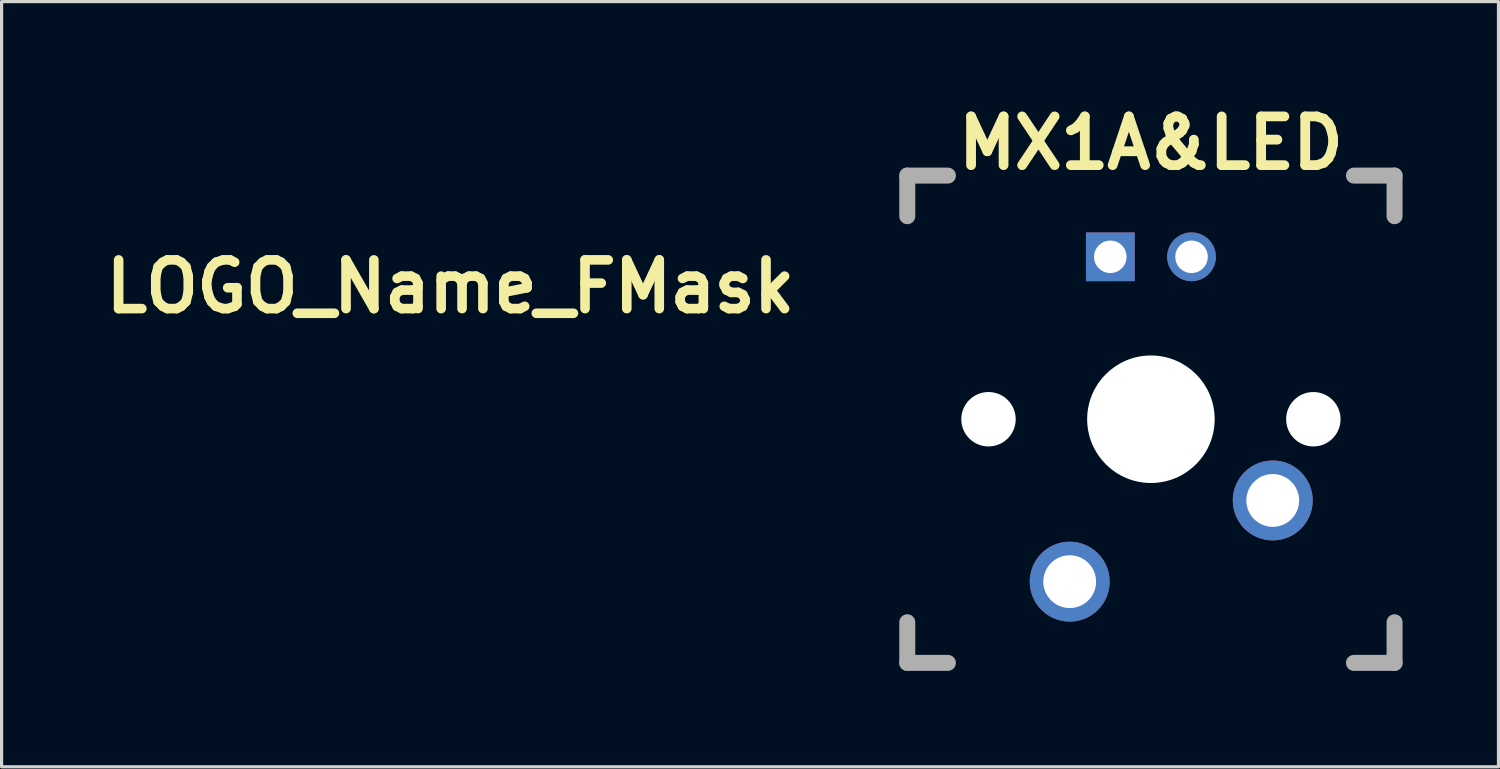
<source format=kicad_pcb>
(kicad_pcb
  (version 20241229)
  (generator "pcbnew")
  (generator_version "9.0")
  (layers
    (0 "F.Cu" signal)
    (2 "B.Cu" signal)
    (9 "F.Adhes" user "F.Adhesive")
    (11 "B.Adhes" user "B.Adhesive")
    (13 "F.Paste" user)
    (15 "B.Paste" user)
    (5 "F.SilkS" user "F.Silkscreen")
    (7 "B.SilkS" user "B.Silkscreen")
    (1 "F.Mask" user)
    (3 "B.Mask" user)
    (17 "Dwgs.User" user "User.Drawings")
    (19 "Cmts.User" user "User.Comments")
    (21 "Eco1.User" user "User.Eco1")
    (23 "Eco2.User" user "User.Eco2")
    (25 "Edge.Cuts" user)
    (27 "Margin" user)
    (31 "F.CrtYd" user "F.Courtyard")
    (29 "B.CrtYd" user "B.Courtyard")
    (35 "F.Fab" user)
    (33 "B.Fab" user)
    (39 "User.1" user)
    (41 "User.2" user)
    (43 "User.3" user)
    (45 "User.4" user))
  (footprint "LOGO_Name_FMask"
    (layer "F.Cu")
    (at 11.038 5.913)
    (property "Reference" "LOGO_Name_FMask" (at 0 0 0) (layer "F.SilkS") (effects (font (size 1.524 1.524) (thickness 0.3))))
    (attr through_hole)
    (fp_poly (pts (xy 3.304 -0.923) (xy 3.445 -0.744) (xy 3.441 -0.515) (xy 3.36 -0.394) (xy 3.15 -0.239) (xy 2.979 -0.277) (xy 2.876 -0.381) (xy 2.775 -0.629) (xy 2.844 -0.853) (xy 3.058 -0.973) (xy 3.058 -0.973) (xy 3.304 -0.923)) (stroke (width 0.01) (type solid)) (fill yes) (layer "F.Mask"))
    (fp_poly (pts (xy 5.07 -0.592) (xy 5.212 -0.413) (xy 5.208 -0.184) (xy 5.127 -0.063) (xy 4.917 0.092) (xy 4.746 0.055) (xy 4.643 -0.05) (xy 4.542 -0.298) (xy 4.611 -0.522) (xy 4.825 -0.642) (xy 4.825 -0.642) (xy 5.07 -0.592)) (stroke (width 0.01) (type solid)) (fill yes) (layer "F.Mask"))
    (fp_poly (pts (xy -4.139 -5.885) (xy -4.043 -5.778) (xy -3.983 -5.531) (xy -3.958 -5.356) (xy -3.921 -4.972) (xy -3.892 -4.467) (xy -3.876 -3.944) (xy -3.875 -3.878) (xy -3.865 -2.952) (xy -2.759 -3.005) (xy -2.175 -3.023) (xy -1.777 -3.007) (xy -1.534 -2.955) (xy -1.462 -2.916) (xy -1.34 -2.734) (xy -1.403 -2.55) (xy -1.618 -2.406) (xy -1.889 -2.347) (xy -2.592 -2.297) (xy -3.105 -2.256) (xy -3.458 -2.217) (xy -3.68 -2.174) (xy -3.803 -2.119) (xy -3.854 -2.044) (xy -3.865 -1.943) (xy -3.865 -1.868) (xy -3.852 -1.676) (xy -3.773 -1.581) (xy -3.572 -1.549) (xy -3.327 -1.546) (xy -2.893 -1.499) (xy -2.641 -1.363) (xy -2.582 -1.145) (xy -2.605 -1.063) (xy -2.725 -0.944) (xy -2.992 -0.89) (xy -3.208 -0.883) (xy -3.582 -0.864) (xy -3.776 -0.781) (xy -3.829 -0.598) (xy -3.793 -0.33) (xy -3.736 -0.11) (xy -3.636 -0.018) (xy -3.424 -0.017) (xy -3.252 -0.039) (xy -2.866 -0.039) (xy -2.625 0.074) (xy -2.554 0.28) (xy -2.58 0.388) (xy -2.65 0.51) (xy -2.782 0.592) (xy -3.032 0.659) (xy -3.355 0.717) (xy -3.784 0.789) (xy -3.705 3.093) (xy -3.684 3.797) (xy -3.672 4.436) (xy -3.67 4.975) (xy -3.676 5.375) (xy -3.692 5.6) (xy -3.697 5.625) (xy -3.845 5.811) (xy -4.062 5.837) (xy -4.264 5.7) (xy -4.303 5.639) (xy -4.346 5.451) (xy -4.382 5.092) (xy -4.407 4.612) (xy -4.417 4.06) (xy -4.417 4) (xy -4.423 3.361) (xy -4.44 2.708) (xy -4.464 2.123) (xy -4.489 1.724) (xy -4.561 0.875) (xy -5.043 0.9) (xy -5.367 0.889) (xy -5.603 0.831) (xy -5.648 0.801) (xy -5.728 0.606) (xy -5.63 0.409) (xy -5.391 0.241) (xy -5.052 0.133) (xy -4.797 0.11) (xy -4.625 0.086) (xy -4.548 -0.027) (xy -4.528 -0.291) (xy -4.528 -0.346) (xy -4.528 -0.803) (xy -5.014 -0.736) (xy -5.367 -0.715) (xy -5.577 -0.779) (xy -5.643 -0.841) (xy -5.724 -1.062) (xy -5.601 -1.259) (xy -5.291 -1.413) (xy -5.041 -1.475) (xy -4.729 -1.545) (xy -4.578 -1.635) (xy -4.531 -1.792) (xy -4.528 -1.905) (xy -4.528 -2.239) (xy -5.273 -2.163) (xy -5.74 -2.113) (xy -6.193 -2.06) (xy -6.471 -2.024) (xy -6.831 -2.029) (xy -7.017 -2.16) (xy -7.023 -2.411) (xy -7.001 -2.476) (xy -6.918 -2.602) (xy -6.758 -2.692) (xy -6.482 -2.757) (xy -6.052 -2.807) (xy -5.608 -2.84) (xy -4.644 -2.904) (xy -4.614 -4.406) (xy -4.583 -5.908) (xy -4.307 -5.908) (xy -4.139 -5.885)) (stroke (width 0.01) (type solid)) (fill yes) (layer "F.Mask"))
    (fp_poly (pts (xy 4.249 -5.028) (xy 4.48 -4.842) (xy 4.702 -4.594) (xy 5.109 -4.108) (xy 5.691 -4.308) (xy 6.094 -4.417) (xy 6.389 -4.402) (xy 6.612 -4.238) (xy 6.801 -3.902) (xy 6.959 -3.475) (xy 7.1 -2.982) (xy 7.132 -2.659) (xy 7.054 -2.483) (xy 6.864 -2.43) (xy 6.664 -2.476) (xy 6.509 -2.644) (xy 6.372 -2.972) (xy 6.306 -3.186) (xy 6.208 -3.48) (xy 6.108 -3.603) (xy 5.964 -3.603) (xy 5.928 -3.593) (xy 5.661 -3.53) (xy 5.309 -3.47) (xy 5.237 -3.459) (xy 4.97 -3.438) (xy 4.779 -3.485) (xy 4.59 -3.638) (xy 4.373 -3.881) (xy 3.96 -4.362) (xy 3.719 -4.032) (xy 3.256 -3.442) (xy 2.848 -3.035) (xy 2.461 -2.787) (xy 2.063 -2.677) (xy 1.666 -2.68) (xy 1.314 -2.73) (xy 1.033 -2.792) (xy 0.966 -2.815) (xy 0.823 -2.832) (xy 0.775 -2.687) (xy 0.773 -2.609) (xy 0.796 -2.385) (xy 0.854 -2.051) (xy 0.93 -1.693) (xy 1.005 -1.391) (xy 1.059 -1.237) (xy 1.14 -1.293) (xy 1.337 -1.47) (xy 1.61 -1.735) (xy 1.672 -1.797) (xy 2.239 -2.274) (xy 2.835 -2.577) (xy 3.52 -2.73) (xy 4.109 -2.761) (xy 4.823 -2.704) (xy 5.388 -2.516) (xy 5.84 -2.175) (xy 6.211 -1.655) (xy 6.465 -1.115) (xy 6.651 -0.59) (xy 6.71 -0.23) (xy 6.641 -0.02) (xy 6.444 0.055) (xy 6.416 0.055) (xy 6.264 0.025) (xy 6.134 -0.095) (xy 5.996 -0.345) (xy 5.845 -0.699) (xy 5.668 -1.103) (xy 5.492 -1.446) (xy 5.356 -1.657) (xy 5.352 -1.662) (xy 4.99 -1.911) (xy 4.494 -2.048) (xy 3.923 -2.072) (xy 3.332 -1.98) (xy 2.781 -1.771) (xy 2.738 -1.747) (xy 2.219 -1.338) (xy 1.808 -0.756) (xy 1.515 -0.027) (xy 1.354 0.822) (xy 1.325 1.404) (xy 1.325 2.098) (xy 2.23 2.098) (xy 2.819 2.112) (xy 3.493 2.15) (xy 4.198 2.206) (xy 4.878 2.275) (xy 5.479 2.352) (xy 5.945 2.432) (xy 6.125 2.475) (xy 6.466 2.637) (xy 6.615 2.885) (xy 6.581 3.241) (xy 6.511 3.436) (xy 6.308 3.754) (xy 5.972 4.119) (xy 5.565 4.475) (xy 5.15 4.769) (xy 4.79 4.944) (xy 4.779 4.948) (xy 4.224 5.055) (xy 3.588 5.085) (xy 2.95 5.044) (xy 2.392 4.934) (xy 2.098 4.822) (xy 1.634 4.485) (xy 1.241 4.025) (xy 2.384 4.025) (xy 2.461 4.154) (xy 2.516 4.19) (xy 2.755 4.294) (xy 2.851 4.237) (xy 2.85 4.229) (xy 3.925 4.229) (xy 3.992 4.299) (xy 4.125 4.307) (xy 4.353 4.281) (xy 4.448 4.24) (xy 4.447 4.112) (xy 4.359 3.923) (xy 4.24 3.778) (xy 4.188 3.755) (xy 4.099 3.843) (xy 3.996 4.031) (xy 3.925 4.229) (xy 2.85 4.229) (xy 2.83 4.058) (xy 2.776 3.802) (xy 2.762 3.672) (xy 2.713 3.541) (xy 2.599 3.583) (xy 2.464 3.78) (xy 2.451 3.807) (xy 2.384 4.025) (xy 1.241 4.025) (xy 1.21 3.989) (xy 0.876 3.4) (xy 0.747 3.054) (xy 0.734 2.982) (xy 1.767 2.982) (xy 1.789 3.157) (xy 1.872 3.14) (xy 1.899 3.114) (xy 1.975 2.964) (xy 1.949 2.924) (xy 3.391 2.924) (xy 3.391 3.092) (xy 3.454 3.271) (xy 3.488 3.313) (xy 3.563 3.229) (xy 3.644 3.092) (xy 4.859 3.092) (xy 4.9 3.183) (xy 4.933 3.166) (xy 4.946 3.035) (xy 4.933 3.019) (xy 4.867 3.034) (xy 4.859 3.092) (xy 3.644 3.092) (xy 3.705 2.924) (xy 3.605 2.873) (xy 3.548 2.871) (xy 3.391 2.924) (xy 1.949 2.924) (xy 1.899 2.849) (xy 1.801 2.795) (xy 1.768 2.929) (xy 1.767 2.982) (xy 0.734 2.982) (xy 0.684 2.718) (xy 0.643 2.238) (xy 0.624 1.677) (xy 0.627 1.096) (xy 0.652 0.555) (xy 0.698 0.116) (xy 0.76 -0.151) (xy 0.834 -0.363) (xy 0.802 -0.421) (xy 0.692 -0.387) (xy 0.45 -0.301) (xy 0.138 -0.204) (xy 0.132 -0.202) (xy -0.133 -0.089) (xy -0.287 0.046) (xy -0.293 0.058) (xy -0.291 0.238) (xy -0.229 0.554) (xy -0.128 0.907) (xy 0.048 1.48) (xy 0.148 1.883) (xy 0.178 2.153) (xy 0.142 2.326) (xy 0.062 2.424) (xy -0.171 2.509) (xy -0.391 2.436) (xy -0.487 2.294) (xy -0.534 2.131) (xy -0.627 1.812) (xy -0.749 1.391) (xy -0.817 1.16) (xy -0.945 0.701) (xy -1.043 0.307) (xy -1.099 0.037) (xy -1.106 -0.033) (xy -1.005 -0.299) (xy -0.745 -0.567) (xy -0.38 -0.787) (xy -0.123 -0.88) (xy 0.156 -0.976) (xy 0.316 -1.071) (xy 0.331 -1.1) (xy 0.306 -1.251) (xy 0.239 -1.547) (xy 0.158 -1.873) (xy 0.05 -2.528) (xy 0.1 -3.031) (xy 0.303 -3.379) (xy 0.432 -3.467) (xy 0.63 -3.507) (xy 0.949 -3.506) (xy 1.351 -3.476) (xy 2.225 -3.399) (xy 2.631 -3.87) (xy 3.11 -4.413) (xy 3.483 -4.79) (xy 3.779 -5.011) (xy 4.025 -5.087) (xy 4.249 -5.028)) (stroke (width 0.01) (type solid)) (fill yes) (layer "F.Mask")))
  (footprint "MX1A&LED"
    (layer "F.Cu")
    (at 32.946 10.062)
    (property "Reference" "MX1A&LED" (at 0 -8.636 0) (layer "F.SilkS") (effects (font (size 1.524 1.524) (thickness 0.305))))
    (attr through_hole)
    (fp_line (start -7.62 -7.62) (end -6.35 -7.62) (stroke (width 0.5) (type solid)) (layer "F.Fab"))
    (fp_line (start -7.62 -6.35) (end -7.62 -7.62) (stroke (width 0.5) (type solid)) (layer "F.Fab"))
    (fp_line (start -7.62 6.35) (end -7.62 7.62) (stroke (width 0.5) (type solid)) (layer "F.Fab"))
    (fp_line (start -7.62 7.62) (end -6.35 7.62) (stroke (width 0.5) (type solid)) (layer "F.Fab"))
    (fp_line (start 6.35 -7.62) (end 7.62 -7.62) (stroke (width 0.5) (type solid)) (layer "F.Fab"))
    (fp_line (start 6.35 7.62) (end 7.62 7.62) (stroke (width 0.5) (type solid)) (layer "F.Fab"))
    (fp_line (start 7.62 -7.62) (end 7.62 -6.35) (stroke (width 0.5) (type solid)) (layer "F.Fab"))
    (fp_line (start 7.62 7.62) (end 7.62 6.35) (stroke (width 0.5) (type solid)) (layer "F.Fab"))
    (pad "" np_thru_hole circle (at -5.08 0) (size 1.702 1.702) (drill 1.702) (layers "*.Cu"))
    (pad "" np_thru_hole circle (at 0 0) (size 3.988 3.988) (drill 3.988) (layers "*.Cu"))
    (pad "" np_thru_hole circle (at 5.08 0) (size 1.702 1.702) (drill 1.702) (layers "*.Cu"))
    (pad "1" thru_hole circle (at 3.81 2.54) (size 2.5 2.5) (drill 1.651) (layers "*.Cu" "B.Mask"))
    (pad "2" thru_hole circle (at -2.54 5.08) (size 2.5 2.5) (drill 1.651) (layers "*.Cu" "B.Mask"))
    (pad "3" thru_hole circle (at 1.27 -5.08) (size 1.524 1.524) (drill 1.016) (layers "*.Cu" "B.Mask"))
    (pad "4" thru_hole rect (at -1.27 -5.08) (size 1.524 1.524) (drill 1.016) (layers "*.Cu" "B.Mask")))
  (gr_rect
    (start -3 -3)
    (end 43.816 20.932)
    (stroke (width 0.1) (type default))
    (fill no)
    (layer "Edge.Cuts")))
</source>
